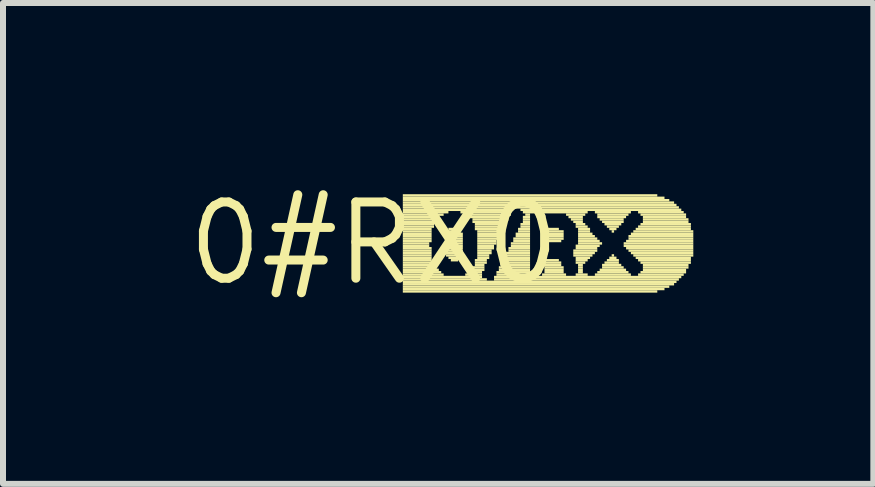
<source format=kicad_pcb>
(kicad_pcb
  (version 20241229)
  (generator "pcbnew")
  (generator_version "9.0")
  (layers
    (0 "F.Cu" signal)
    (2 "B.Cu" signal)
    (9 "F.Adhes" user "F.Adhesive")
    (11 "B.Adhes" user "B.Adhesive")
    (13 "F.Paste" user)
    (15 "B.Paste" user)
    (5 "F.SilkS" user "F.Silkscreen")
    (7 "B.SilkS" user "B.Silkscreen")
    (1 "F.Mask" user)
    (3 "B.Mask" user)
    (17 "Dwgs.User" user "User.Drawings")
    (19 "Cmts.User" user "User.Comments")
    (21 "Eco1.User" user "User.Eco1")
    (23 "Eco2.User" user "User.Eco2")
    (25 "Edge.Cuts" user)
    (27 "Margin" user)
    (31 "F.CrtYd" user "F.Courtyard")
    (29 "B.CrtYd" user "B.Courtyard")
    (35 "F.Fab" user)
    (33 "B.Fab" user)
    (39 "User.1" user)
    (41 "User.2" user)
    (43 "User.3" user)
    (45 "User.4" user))
  (footprint "0#RX0"
    (layer "F.Cu")
    (at 3.182 1.006)
    (property "Reference" "0#RX0" (at 0 0 0) (layer "F.SilkS") (effects (font (size 1.27 1.27) (thickness 0.15))))
    (fp_poly (pts (xy 0.48 -0.78) (xy 4.72 -0.78) (xy 4.72 -0.82) (xy 0.48 -0.82)) (stroke (width 0) (type default)) (fill yes) (layer "F.SilkS"))
    (fp_poly (pts (xy 0.48 -0.74) (xy 4.84 -0.74) (xy 4.84 -0.78) (xy 0.48 -0.78)) (stroke (width 0) (type default)) (fill yes) (layer "F.SilkS"))
    (fp_poly (pts (xy 0.48 -0.7) (xy 4.92 -0.7) (xy 4.92 -0.74) (xy 0.48 -0.74)) (stroke (width 0) (type default)) (fill yes) (layer "F.SilkS"))
    (fp_poly (pts (xy 0.48 -0.66) (xy 5 -0.66) (xy 5 -0.7) (xy 0.48 -0.7)) (stroke (width 0) (type default)) (fill yes) (layer "F.SilkS"))
    (fp_poly (pts (xy 0.48 -0.62) (xy 5.04 -0.62) (xy 5.04 -0.66) (xy 0.48 -0.66)) (stroke (width 0) (type default)) (fill yes) (layer "F.SilkS"))
    (fp_poly (pts (xy 0.48 -0.58) (xy 5.08 -0.58) (xy 5.08 -0.62) (xy 0.48 -0.62)) (stroke (width 0) (type default)) (fill yes) (layer "F.SilkS"))
    (fp_poly (pts (xy 0.48 -0.54) (xy 2.32 -0.54) (xy 2.32 -0.58) (xy 0.48 -0.58)) (stroke (width 0) (type default)) (fill yes) (layer "F.SilkS"))
    (fp_poly (pts (xy 0.48 -0.5) (xy 1.24 -0.5) (xy 1.24 -0.54) (xy 0.48 -0.54)) (stroke (width 0) (type default)) (fill yes) (layer "F.SilkS"))
    (fp_poly (pts (xy 0.48 -0.46) (xy 1.16 -0.46) (xy 1.16 -0.5) (xy 0.48 -0.5)) (stroke (width 0) (type default)) (fill yes) (layer "F.SilkS"))
    (fp_poly (pts (xy 0.48 -0.42) (xy 1.08 -0.42) (xy 1.08 -0.46) (xy 0.48 -0.46)) (stroke (width 0) (type default)) (fill yes) (layer "F.SilkS"))
    (fp_poly (pts (xy 0.48 -0.38) (xy 1.04 -0.38) (xy 1.04 -0.42) (xy 0.48 -0.42)) (stroke (width 0) (type default)) (fill yes) (layer "F.SilkS"))
    (fp_poly (pts (xy 0.48 -0.34) (xy 1.04 -0.34) (xy 1.04 -0.38) (xy 0.48 -0.38)) (stroke (width 0) (type default)) (fill yes) (layer "F.SilkS"))
    (fp_poly (pts (xy 0.48 -0.3) (xy 1 -0.3) (xy 1 -0.34) (xy 0.48 -0.34)) (stroke (width 0) (type default)) (fill yes) (layer "F.SilkS"))
    (fp_poly (pts (xy 0.48 -0.26) (xy 1 -0.26) (xy 1 -0.3) (xy 0.48 -0.3)) (stroke (width 0) (type default)) (fill yes) (layer "F.SilkS"))
    (fp_poly (pts (xy 0.48 -0.22) (xy 0.96 -0.22) (xy 0.96 -0.26) (xy 0.48 -0.26)) (stroke (width 0) (type default)) (fill yes) (layer "F.SilkS"))
    (fp_poly (pts (xy 0.48 -0.18) (xy 0.96 -0.18) (xy 0.96 -0.22) (xy 0.48 -0.22)) (stroke (width 0) (type default)) (fill yes) (layer "F.SilkS"))
    (fp_poly (pts (xy 0.48 -0.14) (xy 0.96 -0.14) (xy 0.96 -0.18) (xy 0.48 -0.18)) (stroke (width 0) (type default)) (fill yes) (layer "F.SilkS"))
    (fp_poly (pts (xy 0.48 -0.1) (xy 0.96 -0.1) (xy 0.96 -0.14) (xy 0.48 -0.14)) (stroke (width 0) (type default)) (fill yes) (layer "F.SilkS"))
    (fp_poly (pts (xy 0.48 -0.06) (xy 0.96 -0.06) (xy 0.96 -0.1) (xy 0.48 -0.1)) (stroke (width 0) (type default)) (fill yes) (layer "F.SilkS"))
    (fp_poly (pts (xy 0.48 -0.02) (xy 0.96 -0.02) (xy 0.96 -0.06) (xy 0.48 -0.06)) (stroke (width 0) (type default)) (fill yes) (layer "F.SilkS"))
    (fp_poly (pts (xy 0.48 0.02) (xy 0.92 0.02) (xy 0.92 -0.02) (xy 0.48 -0.02)) (stroke (width 0) (type default)) (fill yes) (layer "F.SilkS"))
    (fp_poly (pts (xy 0.48 0.06) (xy 0.92 0.06) (xy 0.92 0.02) (xy 0.48 0.02)) (stroke (width 0) (type default)) (fill yes) (layer "F.SilkS"))
    (fp_poly (pts (xy 0.48 0.1) (xy 0.96 0.1) (xy 0.96 0.06) (xy 0.48 0.06)) (stroke (width 0) (type default)) (fill yes) (layer "F.SilkS"))
    (fp_poly (pts (xy 0.48 0.14) (xy 0.96 0.14) (xy 0.96 0.1) (xy 0.48 0.1)) (stroke (width 0) (type default)) (fill yes) (layer "F.SilkS"))
    (fp_poly (pts (xy 0.48 0.18) (xy 0.96 0.18) (xy 0.96 0.14) (xy 0.48 0.14)) (stroke (width 0) (type default)) (fill yes) (layer "F.SilkS"))
    (fp_poly (pts (xy 0.48 0.22) (xy 0.96 0.22) (xy 0.96 0.18) (xy 0.48 0.18)) (stroke (width 0) (type default)) (fill yes) (layer "F.SilkS"))
    (fp_poly (pts (xy 0.48 0.26) (xy 0.96 0.26) (xy 0.96 0.22) (xy 0.48 0.22)) (stroke (width 0) (type default)) (fill yes) (layer "F.SilkS"))
    (fp_poly (pts (xy 0.48 0.3) (xy 0.96 0.3) (xy 0.96 0.26) (xy 0.48 0.26)) (stroke (width 0) (type default)) (fill yes) (layer "F.SilkS"))
    (fp_poly (pts (xy 0.48 0.34) (xy 1 0.34) (xy 1 0.3) (xy 0.48 0.3)) (stroke (width 0) (type default)) (fill yes) (layer "F.SilkS"))
    (fp_poly (pts (xy 0.48 0.38) (xy 1 0.38) (xy 1 0.34) (xy 0.48 0.34)) (stroke (width 0) (type default)) (fill yes) (layer "F.SilkS"))
    (fp_poly (pts (xy 0.48 0.42) (xy 1.04 0.42) (xy 1.04 0.38) (xy 0.48 0.38)) (stroke (width 0) (type default)) (fill yes) (layer "F.SilkS"))
    (fp_poly (pts (xy 0.48 0.46) (xy 1.08 0.46) (xy 1.08 0.42) (xy 0.48 0.42)) (stroke (width 0) (type default)) (fill yes) (layer "F.SilkS"))
    (fp_poly (pts (xy 0.48 0.5) (xy 1.12 0.5) (xy 1.12 0.46) (xy 0.48 0.46)) (stroke (width 0) (type default)) (fill yes) (layer "F.SilkS"))
    (fp_poly (pts (xy 0.48 0.54) (xy 1.16 0.54) (xy 1.16 0.5) (xy 0.48 0.5)) (stroke (width 0) (type default)) (fill yes) (layer "F.SilkS"))
    (fp_poly (pts (xy 0.48 0.58) (xy 1.8 0.58) (xy 1.8 0.54) (xy 0.48 0.54)) (stroke (width 0) (type default)) (fill yes) (layer "F.SilkS"))
    (fp_poly (pts (xy 0.48 0.62) (xy 1.88 0.62) (xy 1.88 0.58) (xy 0.48 0.58)) (stroke (width 0) (type default)) (fill yes) (layer "F.SilkS"))
    (fp_poly (pts (xy 0.48 0.66) (xy 5.04 0.66) (xy 5.04 0.62) (xy 0.48 0.62)) (stroke (width 0) (type default)) (fill yes) (layer "F.SilkS"))
    (fp_poly (pts (xy 0.48 0.7) (xy 5 0.7) (xy 5 0.66) (xy 0.48 0.66)) (stroke (width 0) (type default)) (fill yes) (layer "F.SilkS"))
    (fp_poly (pts (xy 0.48 0.74) (xy 4.92 0.74) (xy 4.92 0.7) (xy 0.48 0.7)) (stroke (width 0) (type default)) (fill yes) (layer "F.SilkS"))
    (fp_poly (pts (xy 0.48 0.78) (xy 4.84 0.78) (xy 4.84 0.74) (xy 0.48 0.74)) (stroke (width 0) (type default)) (fill yes) (layer "F.SilkS"))
    (fp_poly (pts (xy 0.48 0.82) (xy 4.72 0.82) (xy 4.72 0.78) (xy 0.48 0.78)) (stroke (width 0) (type default)) (fill yes) (layer "F.SilkS"))
    (fp_poly (pts (xy 1.2 -0.14) (xy 1.48 -0.14) (xy 1.48 -0.18) (xy 1.2 -0.18)) (stroke (width 0) (type default)) (fill yes) (layer "F.SilkS"))
    (fp_poly (pts (xy 1.2 -0.1) (xy 1.48 -0.1) (xy 1.48 -0.14) (xy 1.2 -0.14)) (stroke (width 0) (type default)) (fill yes) (layer "F.SilkS"))
    (fp_poly (pts (xy 1.2 -0.06) (xy 1.48 -0.06) (xy 1.48 -0.1) (xy 1.2 -0.1)) (stroke (width 0) (type default)) (fill yes) (layer "F.SilkS"))
    (fp_poly (pts (xy 1.2 -0.02) (xy 1.48 -0.02) (xy 1.48 -0.06) (xy 1.2 -0.06)) (stroke (width 0) (type default)) (fill yes) (layer "F.SilkS"))
    (fp_poly (pts (xy 1.2 0.02) (xy 1.48 0.02) (xy 1.48 -0.02) (xy 1.2 -0.02)) (stroke (width 0) (type default)) (fill yes) (layer "F.SilkS"))
    (fp_poly (pts (xy 1.2 0.06) (xy 1.48 0.06) (xy 1.48 0.02) (xy 1.2 0.02)) (stroke (width 0) (type default)) (fill yes) (layer "F.SilkS"))
    (fp_poly (pts (xy 1.2 0.1) (xy 1.48 0.1) (xy 1.48 0.06) (xy 1.2 0.06)) (stroke (width 0) (type default)) (fill yes) (layer "F.SilkS"))
    (fp_poly (pts (xy 1.2 0.14) (xy 1.48 0.14) (xy 1.48 0.1) (xy 1.2 0.1)) (stroke (width 0) (type default)) (fill yes) (layer "F.SilkS"))
    (fp_poly (pts (xy 1.2 0.18) (xy 1.48 0.18) (xy 1.48 0.14) (xy 1.2 0.14)) (stroke (width 0) (type default)) (fill yes) (layer "F.SilkS"))
    (fp_poly (pts (xy 1.2 0.22) (xy 1.48 0.22) (xy 1.48 0.18) (xy 1.2 0.18)) (stroke (width 0) (type default)) (fill yes) (layer "F.SilkS"))
    (fp_poly (pts (xy 1.24 -0.22) (xy 1.44 -0.22) (xy 1.44 -0.26) (xy 1.24 -0.26)) (stroke (width 0) (type default)) (fill yes) (layer "F.SilkS"))
    (fp_poly (pts (xy 1.24 -0.18) (xy 1.44 -0.18) (xy 1.44 -0.22) (xy 1.24 -0.22)) (stroke (width 0) (type default)) (fill yes) (layer "F.SilkS"))
    (fp_poly (pts (xy 1.24 0.26) (xy 1.44 0.26) (xy 1.44 0.22) (xy 1.24 0.22)) (stroke (width 0) (type default)) (fill yes) (layer "F.SilkS"))
    (fp_poly (pts (xy 1.28 0.3) (xy 1.4 0.3) (xy 1.4 0.26) (xy 1.28 0.26)) (stroke (width 0) (type default)) (fill yes) (layer "F.SilkS"))
    (fp_poly (pts (xy 1.44 -0.5) (xy 2.28 -0.5) (xy 2.28 -0.54) (xy 1.44 -0.54)) (stroke (width 0) (type default)) (fill yes) (layer "F.SilkS"))
    (fp_poly (pts (xy 1.52 -0.46) (xy 2.28 -0.46) (xy 2.28 -0.5) (xy 1.52 -0.5)) (stroke (width 0) (type default)) (fill yes) (layer "F.SilkS"))
    (fp_poly (pts (xy 1.52 0.54) (xy 1.8 0.54) (xy 1.8 0.5) (xy 1.52 0.5)) (stroke (width 0) (type default)) (fill yes) (layer "F.SilkS"))
    (fp_poly (pts (xy 1.56 0.5) (xy 1.8 0.5) (xy 1.8 0.46) (xy 1.56 0.46)) (stroke (width 0) (type default)) (fill yes) (layer "F.SilkS"))
    (fp_poly (pts (xy 1.6 -0.42) (xy 2.24 -0.42) (xy 2.24 -0.46) (xy 1.6 -0.46)) (stroke (width 0) (type default)) (fill yes) (layer "F.SilkS"))
    (fp_poly (pts (xy 1.6 0.46) (xy 1.84 0.46) (xy 1.84 0.42) (xy 1.6 0.42)) (stroke (width 0) (type default)) (fill yes) (layer "F.SilkS"))
    (fp_poly (pts (xy 1.64 -0.38) (xy 2.24 -0.38) (xy 2.24 -0.42) (xy 1.64 -0.42)) (stroke (width 0) (type default)) (fill yes) (layer "F.SilkS"))
    (fp_poly (pts (xy 1.64 -0.34) (xy 2.2 -0.34) (xy 2.2 -0.38) (xy 1.64 -0.38)) (stroke (width 0) (type default)) (fill yes) (layer "F.SilkS"))
    (fp_poly (pts (xy 1.64 0.42) (xy 1.84 0.42) (xy 1.84 0.38) (xy 1.64 0.38)) (stroke (width 0) (type default)) (fill yes) (layer "F.SilkS"))
    (fp_poly (pts (xy 1.68 -0.3) (xy 2.2 -0.3) (xy 2.2 -0.34) (xy 1.68 -0.34)) (stroke (width 0) (type default)) (fill yes) (layer "F.SilkS"))
    (fp_poly (pts (xy 1.68 -0.26) (xy 2.16 -0.26) (xy 2.16 -0.3) (xy 1.68 -0.3)) (stroke (width 0) (type default)) (fill yes) (layer "F.SilkS"))
    (fp_poly (pts (xy 1.68 -0.22) (xy 2.16 -0.22) (xy 2.16 -0.26) (xy 1.68 -0.26)) (stroke (width 0) (type default)) (fill yes) (layer "F.SilkS"))
    (fp_poly (pts (xy 1.68 0.3) (xy 1.88 0.3) (xy 1.88 0.26) (xy 1.68 0.26)) (stroke (width 0) (type default)) (fill yes) (layer "F.SilkS"))
    (fp_poly (pts (xy 1.68 0.34) (xy 1.88 0.34) (xy 1.88 0.3) (xy 1.68 0.3)) (stroke (width 0) (type default)) (fill yes) (layer "F.SilkS"))
    (fp_poly (pts (xy 1.68 0.38) (xy 1.84 0.38) (xy 1.84 0.34) (xy 1.68 0.34)) (stroke (width 0) (type default)) (fill yes) (layer "F.SilkS"))
    (fp_poly (pts (xy 1.72 -0.18) (xy 2.12 -0.18) (xy 2.12 -0.22) (xy 1.72 -0.22)) (stroke (width 0) (type default)) (fill yes) (layer "F.SilkS"))
    (fp_poly (pts (xy 1.72 -0.14) (xy 2.12 -0.14) (xy 2.12 -0.18) (xy 1.72 -0.18)) (stroke (width 0) (type default)) (fill yes) (layer "F.SilkS"))
    (fp_poly (pts (xy 1.72 -0.1) (xy 2.08 -0.1) (xy 2.08 -0.14) (xy 1.72 -0.14)) (stroke (width 0) (type default)) (fill yes) (layer "F.SilkS"))
    (fp_poly (pts (xy 1.72 -0.06) (xy 2.08 -0.06) (xy 2.08 -0.1) (xy 1.72 -0.1)) (stroke (width 0) (type default)) (fill yes) (layer "F.SilkS"))
    (fp_poly (pts (xy 1.72 -0.02) (xy 2.04 -0.02) (xy 2.04 -0.06) (xy 1.72 -0.06)) (stroke (width 0) (type default)) (fill yes) (layer "F.SilkS"))
    (fp_poly (pts (xy 1.72 0.02) (xy 2.04 0.02) (xy 2.04 -0.02) (xy 1.72 -0.02)) (stroke (width 0) (type default)) (fill yes) (layer "F.SilkS"))
    (fp_poly (pts (xy 1.72 0.06) (xy 2 0.06) (xy 2 0.02) (xy 1.72 0.02)) (stroke (width 0) (type default)) (fill yes) (layer "F.SilkS"))
    (fp_poly (pts (xy 1.72 0.1) (xy 2 0.1) (xy 2 0.06) (xy 1.72 0.06)) (stroke (width 0) (type default)) (fill yes) (layer "F.SilkS"))
    (fp_poly (pts (xy 1.72 0.14) (xy 1.96 0.14) (xy 1.96 0.1) (xy 1.72 0.1)) (stroke (width 0) (type default)) (fill yes) (layer "F.SilkS"))
    (fp_poly (pts (xy 1.72 0.18) (xy 1.96 0.18) (xy 1.96 0.14) (xy 1.72 0.14)) (stroke (width 0) (type default)) (fill yes) (layer "F.SilkS"))
    (fp_poly (pts (xy 1.72 0.22) (xy 1.92 0.22) (xy 1.92 0.18) (xy 1.72 0.18)) (stroke (width 0) (type default)) (fill yes) (layer "F.SilkS"))
    (fp_poly (pts (xy 1.72 0.26) (xy 1.92 0.26) (xy 1.92 0.22) (xy 1.72 0.22)) (stroke (width 0) (type default)) (fill yes) (layer "F.SilkS"))
    (fp_poly (pts (xy 2 0.58) (xy 5.12 0.58) (xy 5.12 0.54) (xy 2 0.54)) (stroke (width 0) (type default)) (fill yes) (layer "F.SilkS"))
    (fp_poly (pts (xy 2 0.62) (xy 5.08 0.62) (xy 5.08 0.58) (xy 2 0.58)) (stroke (width 0) (type default)) (fill yes) (layer "F.SilkS"))
    (fp_poly (pts (xy 2.04 0.5) (xy 2.6 0.5) (xy 2.6 0.46) (xy 2.04 0.46)) (stroke (width 0) (type default)) (fill yes) (layer "F.SilkS"))
    (fp_poly (pts (xy 2.04 0.54) (xy 2.64 0.54) (xy 2.64 0.5) (xy 2.04 0.5)) (stroke (width 0) (type default)) (fill yes) (layer "F.SilkS"))
    (fp_poly (pts (xy 2.08 0.42) (xy 2.6 0.42) (xy 2.6 0.38) (xy 2.08 0.38)) (stroke (width 0) (type default)) (fill yes) (layer "F.SilkS"))
    (fp_poly (pts (xy 2.08 0.46) (xy 2.6 0.46) (xy 2.6 0.42) (xy 2.08 0.42)) (stroke (width 0) (type default)) (fill yes) (layer "F.SilkS"))
    (fp_poly (pts (xy 2.12 0.34) (xy 2.6 0.34) (xy 2.6 0.3) (xy 2.12 0.3)) (stroke (width 0) (type default)) (fill yes) (layer "F.SilkS"))
    (fp_poly (pts (xy 2.12 0.38) (xy 2.6 0.38) (xy 2.6 0.34) (xy 2.12 0.34)) (stroke (width 0) (type default)) (fill yes) (layer "F.SilkS"))
    (fp_poly (pts (xy 2.16 0.26) (xy 2.6 0.26) (xy 2.6 0.22) (xy 2.16 0.22)) (stroke (width 0) (type default)) (fill yes) (layer "F.SilkS"))
    (fp_poly (pts (xy 2.16 0.3) (xy 2.6 0.3) (xy 2.6 0.26) (xy 2.16 0.26)) (stroke (width 0) (type default)) (fill yes) (layer "F.SilkS"))
    (fp_poly (pts (xy 2.2 0.18) (xy 2.6 0.18) (xy 2.6 0.14) (xy 2.2 0.14)) (stroke (width 0) (type default)) (fill yes) (layer "F.SilkS"))
    (fp_poly (pts (xy 2.2 0.22) (xy 2.6 0.22) (xy 2.6 0.18) (xy 2.2 0.18)) (stroke (width 0) (type default)) (fill yes) (layer "F.SilkS"))
    (fp_poly (pts (xy 2.24 0.1) (xy 2.6 0.1) (xy 2.6 0.06) (xy 2.24 0.06)) (stroke (width 0) (type default)) (fill yes) (layer "F.SilkS"))
    (fp_poly (pts (xy 2.24 0.14) (xy 2.6 0.14) (xy 2.6 0.1) (xy 2.24 0.1)) (stroke (width 0) (type default)) (fill yes) (layer "F.SilkS"))
    (fp_poly (pts (xy 2.28 0.02) (xy 2.6 0.02) (xy 2.6 -0.02) (xy 2.28 -0.02)) (stroke (width 0) (type default)) (fill yes) (layer "F.SilkS"))
    (fp_poly (pts (xy 2.28 0.06) (xy 2.6 0.06) (xy 2.6 0.02) (xy 2.28 0.02)) (stroke (width 0) (type default)) (fill yes) (layer "F.SilkS"))
    (fp_poly (pts (xy 2.32 -0.06) (xy 2.6 -0.06) (xy 2.6 -0.1) (xy 2.32 -0.1)) (stroke (width 0) (type default)) (fill yes) (layer "F.SilkS"))
    (fp_poly (pts (xy 2.32 -0.02) (xy 2.6 -0.02) (xy 2.6 -0.06) (xy 2.32 -0.06)) (stroke (width 0) (type default)) (fill yes) (layer "F.SilkS"))
    (fp_poly (pts (xy 2.36 -0.14) (xy 2.6 -0.14) (xy 2.6 -0.18) (xy 2.36 -0.18)) (stroke (width 0) (type default)) (fill yes) (layer "F.SilkS"))
    (fp_poly (pts (xy 2.36 -0.1) (xy 2.6 -0.1) (xy 2.6 -0.14) (xy 2.36 -0.14)) (stroke (width 0) (type default)) (fill yes) (layer "F.SilkS"))
    (fp_poly (pts (xy 2.4 -0.22) (xy 2.6 -0.22) (xy 2.6 -0.26) (xy 2.4 -0.26)) (stroke (width 0) (type default)) (fill yes) (layer "F.SilkS"))
    (fp_poly (pts (xy 2.4 -0.18) (xy 2.6 -0.18) (xy 2.6 -0.22) (xy 2.4 -0.22)) (stroke (width 0) (type default)) (fill yes) (layer "F.SilkS"))
    (fp_poly (pts (xy 2.44 -0.54) (xy 5.12 -0.54) (xy 5.12 -0.58) (xy 2.44 -0.58)) (stroke (width 0) (type default)) (fill yes) (layer "F.SilkS"))
    (fp_poly (pts (xy 2.44 -0.3) (xy 2.6 -0.3) (xy 2.6 -0.34) (xy 2.44 -0.34)) (stroke (width 0) (type default)) (fill yes) (layer "F.SilkS"))
    (fp_poly (pts (xy 2.44 -0.26) (xy 2.6 -0.26) (xy 2.6 -0.3) (xy 2.44 -0.3)) (stroke (width 0) (type default)) (fill yes) (layer "F.SilkS"))
    (fp_poly (pts (xy 2.48 -0.5) (xy 3.56 -0.5) (xy 3.56 -0.54) (xy 2.48 -0.54)) (stroke (width 0) (type default)) (fill yes) (layer "F.SilkS"))
    (fp_poly (pts (xy 2.48 -0.42) (xy 2.6 -0.42) (xy 2.6 -0.46) (xy 2.48 -0.46)) (stroke (width 0) (type default)) (fill yes) (layer "F.SilkS"))
    (fp_poly (pts (xy 2.48 -0.38) (xy 2.6 -0.38) (xy 2.6 -0.42) (xy 2.48 -0.42)) (stroke (width 0) (type default)) (fill yes) (layer "F.SilkS"))
    (fp_poly (pts (xy 2.48 -0.34) (xy 2.6 -0.34) (xy 2.6 -0.38) (xy 2.48 -0.38)) (stroke (width 0) (type default)) (fill yes) (layer "F.SilkS"))
    (fp_poly (pts (xy 2.52 -0.46) (xy 2.6 -0.46) (xy 2.6 -0.5) (xy 2.52 -0.5)) (stroke (width 0) (type default)) (fill yes) (layer "F.SilkS"))
    (fp_poly (pts (xy 2.8 0.54) (xy 3.2 0.54) (xy 3.2 0.5) (xy 2.8 0.5)) (stroke (width 0) (type default)) (fill yes) (layer "F.SilkS"))
    (fp_poly (pts (xy 2.84 -0.22) (xy 3.08 -0.22) (xy 3.08 -0.26) (xy 2.84 -0.26)) (stroke (width 0) (type default)) (fill yes) (layer "F.SilkS"))
    (fp_poly (pts (xy 2.84 -0.18) (xy 3.16 -0.18) (xy 3.16 -0.22) (xy 2.84 -0.22)) (stroke (width 0) (type default)) (fill yes) (layer "F.SilkS"))
    (fp_poly (pts (xy 2.84 -0.14) (xy 3.16 -0.14) (xy 3.16 -0.18) (xy 2.84 -0.18)) (stroke (width 0) (type default)) (fill yes) (layer "F.SilkS"))
    (fp_poly (pts (xy 2.84 -0.1) (xy 3.16 -0.1) (xy 3.16 -0.14) (xy 2.84 -0.14)) (stroke (width 0) (type default)) (fill yes) (layer "F.SilkS"))
    (fp_poly (pts (xy 2.84 -0.06) (xy 3.16 -0.06) (xy 3.16 -0.1) (xy 2.84 -0.1)) (stroke (width 0) (type default)) (fill yes) (layer "F.SilkS"))
    (fp_poly (pts (xy 2.84 -0.02) (xy 3.12 -0.02) (xy 3.12 -0.06) (xy 2.84 -0.06)) (stroke (width 0) (type default)) (fill yes) (layer "F.SilkS"))
    (fp_poly (pts (xy 2.84 0.3) (xy 3.08 0.3) (xy 3.08 0.26) (xy 2.84 0.26)) (stroke (width 0) (type default)) (fill yes) (layer "F.SilkS"))
    (fp_poly (pts (xy 2.84 0.34) (xy 3.12 0.34) (xy 3.12 0.3) (xy 2.84 0.3)) (stroke (width 0) (type default)) (fill yes) (layer "F.SilkS"))
    (fp_poly (pts (xy 2.84 0.38) (xy 3.12 0.38) (xy 3.12 0.34) (xy 2.84 0.34)) (stroke (width 0) (type default)) (fill yes) (layer "F.SilkS"))
    (fp_poly (pts (xy 2.84 0.42) (xy 3.16 0.42) (xy 3.16 0.38) (xy 2.84 0.38)) (stroke (width 0) (type default)) (fill yes) (layer "F.SilkS"))
    (fp_poly (pts (xy 2.84 0.46) (xy 3.16 0.46) (xy 3.16 0.42) (xy 2.84 0.42)) (stroke (width 0) (type default)) (fill yes) (layer "F.SilkS"))
    (fp_poly (pts (xy 2.84 0.5) (xy 3.16 0.5) (xy 3.16 0.46) (xy 2.84 0.46)) (stroke (width 0) (type default)) (fill yes) (layer "F.SilkS"))
    (fp_poly (pts (xy 3.2 -0.46) (xy 3.52 -0.46) (xy 3.52 -0.5) (xy 3.2 -0.5)) (stroke (width 0) (type default)) (fill yes) (layer "F.SilkS"))
    (fp_poly (pts (xy 3.24 -0.42) (xy 3.48 -0.42) (xy 3.48 -0.46) (xy 3.24 -0.46)) (stroke (width 0) (type default)) (fill yes) (layer "F.SilkS"))
    (fp_poly (pts (xy 3.28 -0.38) (xy 3.48 -0.38) (xy 3.48 -0.42) (xy 3.28 -0.42)) (stroke (width 0) (type default)) (fill yes) (layer "F.SilkS"))
    (fp_poly (pts (xy 3.32 -0.34) (xy 3.48 -0.34) (xy 3.48 -0.38) (xy 3.32 -0.38)) (stroke (width 0) (type default)) (fill yes) (layer "F.SilkS"))
    (fp_poly (pts (xy 3.32 0.14) (xy 3.72 0.14) (xy 3.72 0.1) (xy 3.32 0.1)) (stroke (width 0) (type default)) (fill yes) (layer "F.SilkS"))
    (fp_poly (pts (xy 3.32 0.18) (xy 3.68 0.18) (xy 3.68 0.14) (xy 3.32 0.14)) (stroke (width 0) (type default)) (fill yes) (layer "F.SilkS"))
    (fp_poly (pts (xy 3.32 0.22) (xy 3.64 0.22) (xy 3.64 0.18) (xy 3.32 0.18)) (stroke (width 0) (type default)) (fill yes) (layer "F.SilkS"))
    (fp_poly (pts (xy 3.36 -0.3) (xy 3.52 -0.3) (xy 3.52 -0.34) (xy 3.36 -0.34)) (stroke (width 0) (type default)) (fill yes) (layer "F.SilkS"))
    (fp_poly (pts (xy 3.36 -0.26) (xy 3.56 -0.26) (xy 3.56 -0.3) (xy 3.36 -0.3)) (stroke (width 0) (type default)) (fill yes) (layer "F.SilkS"))
    (fp_poly (pts (xy 3.36 0.06) (xy 3.76 0.06) (xy 3.76 0.02) (xy 3.36 0.02)) (stroke (width 0) (type default)) (fill yes) (layer "F.SilkS"))
    (fp_poly (pts (xy 3.36 0.1) (xy 3.72 0.1) (xy 3.72 0.06) (xy 3.36 0.06)) (stroke (width 0) (type default)) (fill yes) (layer "F.SilkS"))
    (fp_poly (pts (xy 3.36 0.26) (xy 3.6 0.26) (xy 3.6 0.22) (xy 3.36 0.22)) (stroke (width 0) (type default)) (fill yes) (layer "F.SilkS"))
    (fp_poly (pts (xy 3.36 0.3) (xy 3.56 0.3) (xy 3.56 0.26) (xy 3.36 0.26)) (stroke (width 0) (type default)) (fill yes) (layer "F.SilkS"))
    (fp_poly (pts (xy 3.36 0.34) (xy 3.52 0.34) (xy 3.52 0.3) (xy 3.36 0.3)) (stroke (width 0) (type default)) (fill yes) (layer "F.SilkS"))
    (fp_poly (pts (xy 3.36 0.54) (xy 3.56 0.54) (xy 3.56 0.5) (xy 3.36 0.5)) (stroke (width 0) (type default)) (fill yes) (layer "F.SilkS"))
    (fp_poly (pts (xy 3.4 -0.22) (xy 3.6 -0.22) (xy 3.6 -0.26) (xy 3.4 -0.26)) (stroke (width 0) (type default)) (fill yes) (layer "F.SilkS"))
    (fp_poly (pts (xy 3.4 -0.18) (xy 3.6 -0.18) (xy 3.6 -0.22) (xy 3.4 -0.22)) (stroke (width 0) (type default)) (fill yes) (layer "F.SilkS"))
    (fp_poly (pts (xy 3.4 -0.14) (xy 3.64 -0.14) (xy 3.64 -0.18) (xy 3.4 -0.18)) (stroke (width 0) (type default)) (fill yes) (layer "F.SilkS"))
    (fp_poly (pts (xy 3.4 -0.1) (xy 3.68 -0.1) (xy 3.68 -0.14) (xy 3.4 -0.14)) (stroke (width 0) (type default)) (fill yes) (layer "F.SilkS"))
    (fp_poly (pts (xy 3.4 -0.06) (xy 3.72 -0.06) (xy 3.72 -0.1) (xy 3.4 -0.1)) (stroke (width 0) (type default)) (fill yes) (layer "F.SilkS"))
    (fp_poly (pts (xy 3.4 -0.02) (xy 3.76 -0.02) (xy 3.76 -0.06) (xy 3.4 -0.06)) (stroke (width 0) (type default)) (fill yes) (layer "F.SilkS"))
    (fp_poly (pts (xy 3.4 0.02) (xy 3.8 0.02) (xy 3.8 -0.02) (xy 3.4 -0.02)) (stroke (width 0) (type default)) (fill yes) (layer "F.SilkS"))
    (fp_poly (pts (xy 3.4 0.38) (xy 3.48 0.38) (xy 3.48 0.34) (xy 3.4 0.34)) (stroke (width 0) (type default)) (fill yes) (layer "F.SilkS"))
    (fp_poly (pts (xy 3.4 0.42) (xy 3.48 0.42) (xy 3.48 0.38) (xy 3.4 0.38)) (stroke (width 0) (type default)) (fill yes) (layer "F.SilkS"))
    (fp_poly (pts (xy 3.4 0.46) (xy 3.48 0.46) (xy 3.48 0.42) (xy 3.4 0.42)) (stroke (width 0) (type default)) (fill yes) (layer "F.SilkS"))
    (fp_poly (pts (xy 3.4 0.5) (xy 3.48 0.5) (xy 3.48 0.46) (xy 3.4 0.46)) (stroke (width 0) (type default)) (fill yes) (layer "F.SilkS"))
    (fp_poly (pts (xy 3.68 -0.5) (xy 4.28 -0.5) (xy 4.28 -0.54) (xy 3.68 -0.54)) (stroke (width 0) (type default)) (fill yes) (layer "F.SilkS"))
    (fp_poly (pts (xy 3.68 0.54) (xy 4.28 0.54) (xy 4.28 0.5) (xy 3.68 0.5)) (stroke (width 0) (type default)) (fill yes) (layer "F.SilkS"))
    (fp_poly (pts (xy 3.72 -0.46) (xy 4.24 -0.46) (xy 4.24 -0.5) (xy 3.72 -0.5)) (stroke (width 0) (type default)) (fill yes) (layer "F.SilkS"))
    (fp_poly (pts (xy 3.72 -0.42) (xy 4.2 -0.42) (xy 4.2 -0.46) (xy 3.72 -0.46)) (stroke (width 0) (type default)) (fill yes) (layer "F.SilkS"))
    (fp_poly (pts (xy 3.72 0.5) (xy 4.24 0.5) (xy 4.24 0.46) (xy 3.72 0.46)) (stroke (width 0) (type default)) (fill yes) (layer "F.SilkS"))
    (fp_poly (pts (xy 3.76 -0.38) (xy 4.16 -0.38) (xy 4.16 -0.42) (xy 3.76 -0.42)) (stroke (width 0) (type default)) (fill yes) (layer "F.SilkS"))
    (fp_poly (pts (xy 3.76 0.46) (xy 4.2 0.46) (xy 4.2 0.42) (xy 3.76 0.42)) (stroke (width 0) (type default)) (fill yes) (layer "F.SilkS"))
    (fp_poly (pts (xy 3.8 -0.34) (xy 4.16 -0.34) (xy 4.16 -0.38) (xy 3.8 -0.38)) (stroke (width 0) (type default)) (fill yes) (layer "F.SilkS"))
    (fp_poly (pts (xy 3.8 0.38) (xy 4.12 0.38) (xy 4.12 0.34) (xy 3.8 0.34)) (stroke (width 0) (type default)) (fill yes) (layer "F.SilkS"))
    (fp_poly (pts (xy 3.8 0.42) (xy 4.16 0.42) (xy 4.16 0.38) (xy 3.8 0.38)) (stroke (width 0) (type default)) (fill yes) (layer "F.SilkS"))
    (fp_poly (pts (xy 3.84 -0.3) (xy 4.12 -0.3) (xy 4.12 -0.34) (xy 3.84 -0.34)) (stroke (width 0) (type default)) (fill yes) (layer "F.SilkS"))
    (fp_poly (pts (xy 3.84 0.34) (xy 4.08 0.34) (xy 4.08 0.3) (xy 3.84 0.3)) (stroke (width 0) (type default)) (fill yes) (layer "F.SilkS"))
    (fp_poly (pts (xy 3.88 -0.26) (xy 4.08 -0.26) (xy 4.08 -0.3) (xy 3.88 -0.3)) (stroke (width 0) (type default)) (fill yes) (layer "F.SilkS"))
    (fp_poly (pts (xy 3.88 0.3) (xy 4.08 0.3) (xy 4.08 0.26) (xy 3.88 0.26)) (stroke (width 0) (type default)) (fill yes) (layer "F.SilkS"))
    (fp_poly (pts (xy 3.92 -0.22) (xy 4.04 -0.22) (xy 4.04 -0.26) (xy 3.92 -0.26)) (stroke (width 0) (type default)) (fill yes) (layer "F.SilkS"))
    (fp_poly (pts (xy 3.92 0.26) (xy 4.04 0.26) (xy 4.04 0.22) (xy 3.92 0.22)) (stroke (width 0) (type default)) (fill yes) (layer "F.SilkS"))
    (fp_poly (pts (xy 3.96 -0.18) (xy 4 -0.18) (xy 4 -0.22) (xy 3.96 -0.22)) (stroke (width 0) (type default)) (fill yes) (layer "F.SilkS"))
    (fp_poly (pts (xy 3.96 0.22) (xy 4 0.22) (xy 4 0.18) (xy 3.96 0.18)) (stroke (width 0) (type default)) (fill yes) (layer "F.SilkS"))
    (fp_poly (pts (xy 4.16 0.02) (xy 5.32 0.02) (xy 5.32 -0.02) (xy 4.16 -0.02)) (stroke (width 0) (type default)) (fill yes) (layer "F.SilkS"))
    (fp_poly (pts (xy 4.16 0.06) (xy 5.32 0.06) (xy 5.32 0.02) (xy 4.16 0.02)) (stroke (width 0) (type default)) (fill yes) (layer "F.SilkS"))
    (fp_poly (pts (xy 4.2 -0.02) (xy 5.32 -0.02) (xy 5.32 -0.06) (xy 4.2 -0.06)) (stroke (width 0) (type default)) (fill yes) (layer "F.SilkS"))
    (fp_poly (pts (xy 4.2 0.1) (xy 5.32 0.1) (xy 5.32 0.06) (xy 4.2 0.06)) (stroke (width 0) (type default)) (fill yes) (layer "F.SilkS"))
    (fp_poly (pts (xy 4.24 -0.1) (xy 5.32 -0.1) (xy 5.32 -0.14) (xy 4.24 -0.14)) (stroke (width 0) (type default)) (fill yes) (layer "F.SilkS"))
    (fp_poly (pts (xy 4.24 -0.06) (xy 5.32 -0.06) (xy 5.32 -0.1) (xy 4.24 -0.1)) (stroke (width 0) (type default)) (fill yes) (layer "F.SilkS"))
    (fp_poly (pts (xy 4.24 0.14) (xy 5.32 0.14) (xy 5.32 0.1) (xy 4.24 0.1)) (stroke (width 0) (type default)) (fill yes) (layer "F.SilkS"))
    (fp_poly (pts (xy 4.28 -0.14) (xy 5.32 -0.14) (xy 5.32 -0.18) (xy 4.28 -0.18)) (stroke (width 0) (type default)) (fill yes) (layer "F.SilkS"))
    (fp_poly (pts (xy 4.28 0.18) (xy 5.32 0.18) (xy 5.32 0.14) (xy 4.28 0.14)) (stroke (width 0) (type default)) (fill yes) (layer "F.SilkS"))
    (fp_poly (pts (xy 4.32 -0.18) (xy 5.32 -0.18) (xy 5.32 -0.22) (xy 4.32 -0.22)) (stroke (width 0) (type default)) (fill yes) (layer "F.SilkS"))
    (fp_poly (pts (xy 4.32 0.22) (xy 5.32 0.22) (xy 5.32 0.18) (xy 4.32 0.18)) (stroke (width 0) (type default)) (fill yes) (layer "F.SilkS"))
    (fp_poly (pts (xy 4.36 -0.22) (xy 5.28 -0.22) (xy 5.28 -0.26) (xy 4.36 -0.26)) (stroke (width 0) (type default)) (fill yes) (layer "F.SilkS"))
    (fp_poly (pts (xy 4.36 0.26) (xy 5.28 0.26) (xy 5.28 0.22) (xy 4.36 0.22)) (stroke (width 0) (type default)) (fill yes) (layer "F.SilkS"))
    (fp_poly (pts (xy 4.4 -0.5) (xy 5.16 -0.5) (xy 5.16 -0.54) (xy 4.4 -0.54)) (stroke (width 0) (type default)) (fill yes) (layer "F.SilkS"))
    (fp_poly (pts (xy 4.4 -0.26) (xy 5.28 -0.26) (xy 5.28 -0.3) (xy 4.4 -0.3)) (stroke (width 0) (type default)) (fill yes) (layer "F.SilkS"))
    (fp_poly (pts (xy 4.4 0.3) (xy 5.28 0.3) (xy 5.28 0.26) (xy 4.4 0.26)) (stroke (width 0) (type default)) (fill yes) (layer "F.SilkS"))
    (fp_poly (pts (xy 4.4 0.54) (xy 5.16 0.54) (xy 5.16 0.5) (xy 4.4 0.5)) (stroke (width 0) (type default)) (fill yes) (layer "F.SilkS"))
    (fp_poly (pts (xy 4.44 -0.46) (xy 5.2 -0.46) (xy 5.2 -0.5) (xy 4.44 -0.5)) (stroke (width 0) (type default)) (fill yes) (layer "F.SilkS"))
    (fp_poly (pts (xy 4.44 -0.3) (xy 5.28 -0.3) (xy 5.28 -0.34) (xy 4.44 -0.34)) (stroke (width 0) (type default)) (fill yes) (layer "F.SilkS"))
    (fp_poly (pts (xy 4.44 0.34) (xy 5.28 0.34) (xy 5.28 0.3) (xy 4.44 0.3)) (stroke (width 0) (type default)) (fill yes) (layer "F.SilkS"))
    (fp_poly (pts (xy 4.44 0.5) (xy 5.2 0.5) (xy 5.2 0.46) (xy 4.44 0.46)) (stroke (width 0) (type default)) (fill yes) (layer "F.SilkS"))
    (fp_poly (pts (xy 4.48 -0.42) (xy 5.2 -0.42) (xy 5.2 -0.46) (xy 4.48 -0.46)) (stroke (width 0) (type default)) (fill yes) (layer "F.SilkS"))
    (fp_poly (pts (xy 4.48 -0.38) (xy 5.24 -0.38) (xy 5.24 -0.42) (xy 4.48 -0.42)) (stroke (width 0) (type default)) (fill yes) (layer "F.SilkS"))
    (fp_poly (pts (xy 4.48 -0.34) (xy 5.24 -0.34) (xy 5.24 -0.38) (xy 4.48 -0.38)) (stroke (width 0) (type default)) (fill yes) (layer "F.SilkS"))
    (fp_poly (pts (xy 4.48 0.38) (xy 5.24 0.38) (xy 5.24 0.34) (xy 4.48 0.34)) (stroke (width 0) (type default)) (fill yes) (layer "F.SilkS"))
    (fp_poly (pts (xy 4.48 0.42) (xy 5.24 0.42) (xy 5.24 0.38) (xy 4.48 0.38)) (stroke (width 0) (type default)) (fill yes) (layer "F.SilkS"))
    (fp_poly (pts (xy 4.48 0.46) (xy 5.2 0.46) (xy 5.2 0.42) (xy 4.48 0.42)) (stroke (width 0) (type default)) (fill yes) (layer "F.SilkS")))
  (gr_rect
    (start -3 -3)
    (end 11.502 5.012)
    (stroke (width 0.1) (type default))
    (fill no)
    (layer "Edge.Cuts")))
</source>
